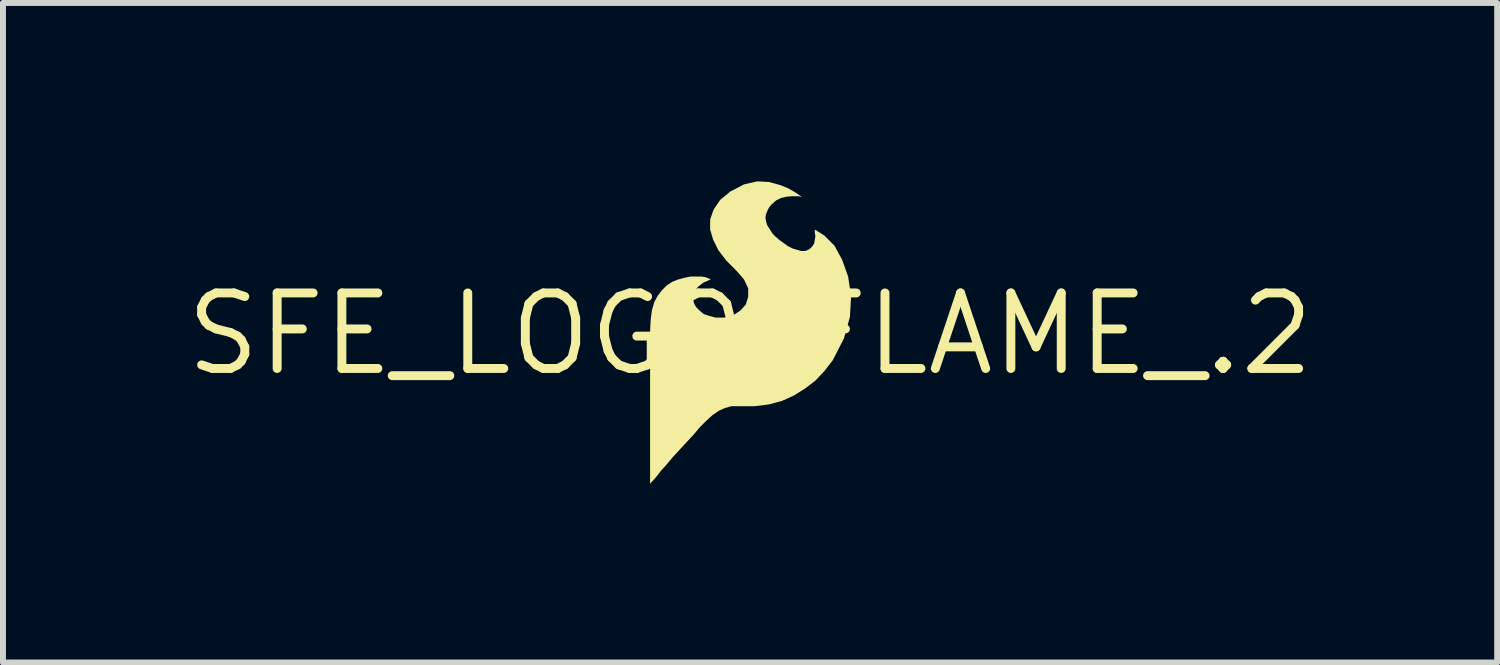
<source format=kicad_pcb>
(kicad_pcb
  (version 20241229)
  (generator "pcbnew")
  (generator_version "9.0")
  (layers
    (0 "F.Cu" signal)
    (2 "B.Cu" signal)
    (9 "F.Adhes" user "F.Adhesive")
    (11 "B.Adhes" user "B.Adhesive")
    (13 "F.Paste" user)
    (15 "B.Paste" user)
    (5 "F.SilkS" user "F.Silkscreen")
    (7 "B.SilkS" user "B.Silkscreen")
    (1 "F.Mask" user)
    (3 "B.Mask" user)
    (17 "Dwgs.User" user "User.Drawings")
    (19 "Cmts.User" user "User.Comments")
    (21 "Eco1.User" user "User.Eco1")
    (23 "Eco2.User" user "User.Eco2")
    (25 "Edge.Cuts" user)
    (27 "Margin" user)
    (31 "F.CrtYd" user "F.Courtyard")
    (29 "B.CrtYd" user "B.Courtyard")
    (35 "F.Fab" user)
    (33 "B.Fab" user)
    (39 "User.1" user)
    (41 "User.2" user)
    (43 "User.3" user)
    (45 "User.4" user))
  (footprint "SFE_LOGO_FLAME_.2"
    (layer "F.Cu")
    (at 9.563 2.566)
    (property "Reference" "SFE_LOGO_FLAME_.2" (at 0 0 0) (layer "F.SilkS") (effects (font (size 1.27 1.27) (thickness 0.15))))
    (attr through_hole)
    (fp_poly (pts (xy 1.088 -1.756) (xy 1.088 -1.696) (xy 1.098 -1.646) (xy 1.078 -1.526) (xy 1.048 -1.476) (xy 0.998 -1.426) (xy 0.928 -1.396) (xy 0.858 -1.396) (xy 0.718 -1.436) (xy 0.638 -1.476) (xy 0.498 -1.576) (xy 0.428 -1.636) (xy 0.378 -1.686) (xy 0.328 -1.766) (xy 0.288 -1.826) (xy 0.268 -1.896) (xy 0.258 -1.956) (xy 0.268 -2.016) (xy 0.288 -2.066) (xy 0.318 -2.126) (xy 0.358 -2.176) (xy 0.438 -2.246) (xy 0.518 -2.286) (xy 0.598 -2.306) (xy 0.688 -2.316) (xy 0.818 -2.316) (xy 0.858 -2.306) (xy 0.868 -2.306) (xy 0.838 -2.326) (xy 0.768 -2.376) (xy 0.648 -2.446) (xy 0.498 -2.506) (xy 0.318 -2.556) (xy 0.118 -2.566) (xy -0.102 -2.516) (xy -0.332 -2.396) (xy -0.502 -2.256) (xy -0.612 -2.096) (xy -0.672 -1.926) (xy -0.672 -1.756) (xy -0.622 -1.586) (xy -0.532 -1.406) (xy -0.402 -1.236) (xy -0.232 -1.066) (xy -0.102 -0.916) (xy -0.032 -0.766) (xy -0.032 -0.626) (xy -0.072 -0.496) (xy -0.162 -0.396) (xy -0.282 -0.316) (xy -0.422 -0.276) (xy -0.582 -0.276) (xy -0.692 -0.306) (xy -0.782 -0.336) (xy -0.852 -0.396) (xy -0.912 -0.456) (xy -0.942 -0.516) (xy -0.962 -0.586) (xy -0.962 -0.656) (xy -0.942 -0.716) (xy -0.912 -0.756) (xy -0.872 -0.796) (xy -0.822 -0.836) (xy -0.782 -0.866) (xy -0.732 -0.886) (xy -0.672 -0.916) (xy -0.662 -0.926) (xy -0.672 -0.926) (xy -0.702 -0.936) (xy -0.752 -0.956) (xy -0.822 -0.966) (xy -1.002 -0.966) (xy -1.102 -0.946) (xy -1.212 -0.916) (xy -1.312 -0.876) (xy -1.402 -0.816) (xy -1.482 -0.736) (xy -1.552 -0.646) (xy -1.612 -0.536) (xy -1.652 -0.396) (xy -1.672 -0.236) (xy -1.682 -0.046) (xy -1.682 2.524) (xy -1.672 2.504) (xy -1.632 2.464) (xy -1.572 2.394) (xy -1.502 2.304) (xy -1.412 2.204) (xy -1.312 2.084) (xy -1.202 1.964) (xy -1.082 1.834) (xy -0.952 1.694) (xy -0.842 1.564) (xy -0.732 1.454) (xy -0.632 1.364) (xy -0.532 1.294) (xy -0.422 1.244) (xy -0.312 1.214) (xy 0.078 1.214) (xy 0.318 1.184) (xy 0.538 1.124) (xy 0.738 1.034) (xy 0.928 0.914) (xy 1.098 0.784) (xy 1.248 0.624) (xy 1.388 0.444) (xy 1.578 0.074) (xy 1.678 -0.286) (xy 1.698 -0.636) (xy 1.648 -0.966) (xy 1.548 -1.246) (xy 1.418 -1.486) (xy 1.248 -1.656)) (stroke (width 0) (type solid)) (fill yes) (layer "F.SilkS")))
  (gr_rect
    (start -3 -3)
    (end 22.125 8.09)
    (stroke (width 0.1) (type default))
    (fill no)
    (layer "Edge.Cuts")))
</source>
